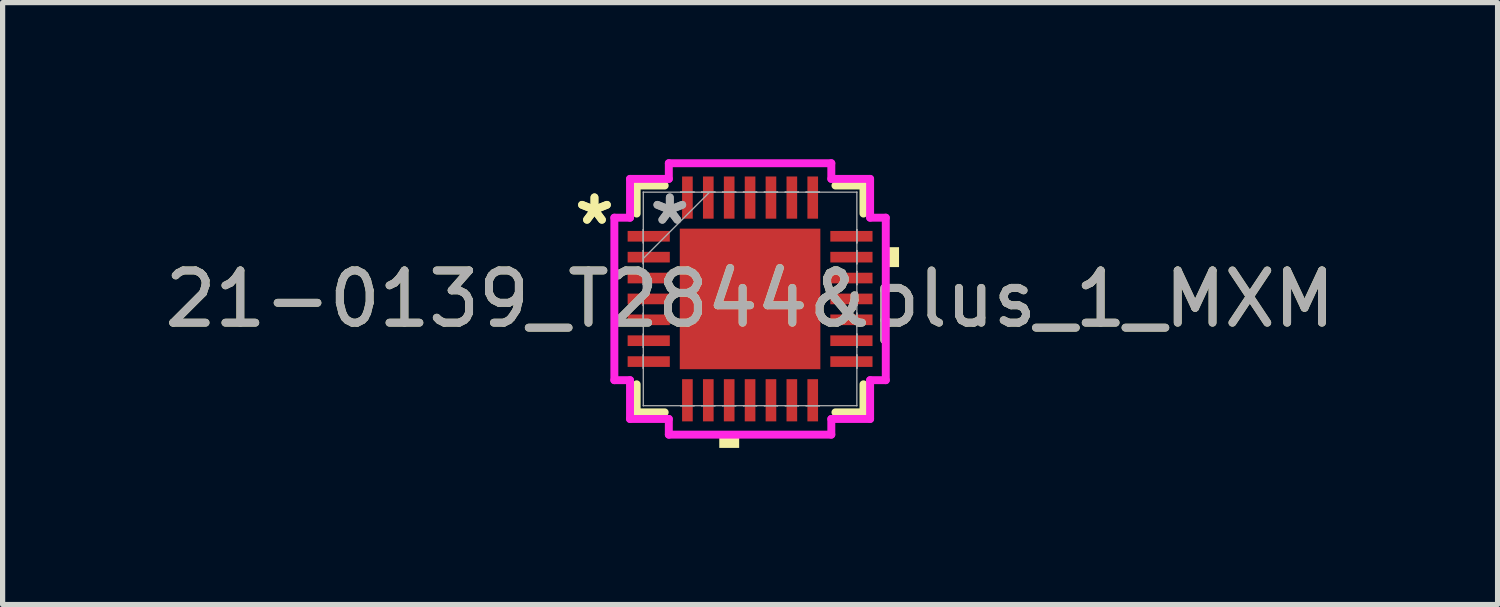
<source format=kicad_pcb>
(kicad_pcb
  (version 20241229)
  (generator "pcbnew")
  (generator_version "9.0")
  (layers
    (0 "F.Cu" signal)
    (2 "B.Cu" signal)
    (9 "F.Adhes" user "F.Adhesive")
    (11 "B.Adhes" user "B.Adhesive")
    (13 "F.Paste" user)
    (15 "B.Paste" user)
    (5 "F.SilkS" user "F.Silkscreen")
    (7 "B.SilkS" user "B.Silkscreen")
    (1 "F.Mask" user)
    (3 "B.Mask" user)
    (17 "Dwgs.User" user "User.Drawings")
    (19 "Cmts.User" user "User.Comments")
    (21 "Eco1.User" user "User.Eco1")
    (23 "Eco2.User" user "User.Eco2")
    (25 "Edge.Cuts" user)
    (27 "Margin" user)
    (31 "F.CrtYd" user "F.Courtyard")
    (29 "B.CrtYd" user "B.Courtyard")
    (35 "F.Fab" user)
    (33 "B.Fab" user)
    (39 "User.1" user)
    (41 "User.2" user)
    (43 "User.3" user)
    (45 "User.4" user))
  (footprint "21-0139_T2844&plus_1_MXM"
    (layer "F.Cu")
    (at 11.315 2.675)
    (property "Reference" "21-0139_T2844&plus_1_MXM" (at 0 0 0) (unlocked yes) (layer "F.SilkS") (effects (font (size 1 1) (thickness 0.15))))
    (attr smd)
    (fp_line (start -2.172 -2.172) (end -2.172 -1.635) (stroke (width 0.152) (type solid)) (layer "F.SilkS"))
    (fp_line (start -2.172 1.635) (end -2.172 2.172) (stroke (width 0.152) (type solid)) (layer "F.SilkS"))
    (fp_line (start -2.172 2.172) (end -1.635 2.172) (stroke (width 0.152) (type solid)) (layer "F.SilkS"))
    (fp_line (start -1.635 -2.172) (end -2.172 -2.172) (stroke (width 0.152) (type solid)) (layer "F.SilkS"))
    (fp_line (start 1.635 2.172) (end 2.172 2.172) (stroke (width 0.152) (type solid)) (layer "F.SilkS"))
    (fp_line (start 2.172 -2.172) (end 1.635 -2.172) (stroke (width 0.152) (type solid)) (layer "F.SilkS"))
    (fp_line (start 2.172 -1.635) (end 2.172 -2.172) (stroke (width 0.152) (type solid)) (layer "F.SilkS"))
    (fp_line (start 2.172 2.172) (end 2.172 1.635) (stroke (width 0.152) (type solid)) (layer "F.SilkS"))
    (fp_poly (pts (xy -0.59 2.599) (xy -0.59 2.853) (xy -0.209 2.853) (xy -0.209 2.599)) (stroke (width 0) (type solid)) (fill yes) (layer "F.SilkS"))
    (fp_poly (pts (xy 2.853 -0.991) (xy 2.853 -0.61) (xy 2.599 -0.61) (xy 2.599 -0.991)) (stroke (width 0) (type solid)) (fill yes) (layer "F.SilkS"))
    (fp_poly (pts (xy -1.246 -1.246) (xy -1.246 -0.1) (xy -0.1 -0.1) (xy -0.1 -1.246)) (stroke (width 0) (type solid)) (fill yes) (layer "F.Paste"))
    (fp_poly (pts (xy -1.246 0.1) (xy -1.246 1.246) (xy -0.1 1.246) (xy -0.1 0.1)) (stroke (width 0) (type solid)) (fill yes) (layer "F.Paste"))
    (fp_poly (pts (xy 0.1 -1.246) (xy 0.1 -0.1) (xy 1.246 -0.1) (xy 1.246 -1.246)) (stroke (width 0) (type solid)) (fill yes) (layer "F.Paste"))
    (fp_poly (pts (xy 0.1 0.1) (xy 0.1 1.246) (xy 1.246 1.246) (xy 1.246 0.1)) (stroke (width 0) (type solid)) (fill yes) (layer "F.Paste"))
    (fp_line (start -2.599 -1.556) (end -2.299 -1.556) (stroke (width 0.152) (type solid)) (layer "F.CrtYd"))
    (fp_line (start -2.599 1.556) (end -2.599 -1.556) (stroke (width 0.152) (type solid)) (layer "F.CrtYd"))
    (fp_line (start -2.299 -2.299) (end -1.556 -2.299) (stroke (width 0.152) (type solid)) (layer "F.CrtYd"))
    (fp_line (start -2.299 -1.556) (end -2.299 -2.299) (stroke (width 0.152) (type solid)) (layer "F.CrtYd"))
    (fp_line (start -2.299 1.556) (end -2.599 1.556) (stroke (width 0.152) (type solid)) (layer "F.CrtYd"))
    (fp_line (start -2.299 2.299) (end -2.299 1.556) (stroke (width 0.152) (type solid)) (layer "F.CrtYd"))
    (fp_line (start -1.556 -2.599) (end 1.556 -2.599) (stroke (width 0.152) (type solid)) (layer "F.CrtYd"))
    (fp_line (start -1.556 -2.299) (end -1.556 -2.599) (stroke (width 0.152) (type solid)) (layer "F.CrtYd"))
    (fp_line (start -1.556 2.299) (end -2.299 2.299) (stroke (width 0.152) (type solid)) (layer "F.CrtYd"))
    (fp_line (start -1.556 2.599) (end -1.556 2.299) (stroke (width 0.152) (type solid)) (layer "F.CrtYd"))
    (fp_line (start 1.556 -2.599) (end 1.556 -2.299) (stroke (width 0.152) (type solid)) (layer "F.CrtYd"))
    (fp_line (start 1.556 -2.299) (end 2.299 -2.299) (stroke (width 0.152) (type solid)) (layer "F.CrtYd"))
    (fp_line (start 1.556 2.299) (end 1.556 2.599) (stroke (width 0.152) (type solid)) (layer "F.CrtYd"))
    (fp_line (start 1.556 2.599) (end -1.556 2.599) (stroke (width 0.152) (type solid)) (layer "F.CrtYd"))
    (fp_line (start 2.299 -2.299) (end 2.299 -1.556) (stroke (width 0.152) (type solid)) (layer "F.CrtYd"))
    (fp_line (start 2.299 -1.556) (end 2.599 -1.556) (stroke (width 0.152) (type solid)) (layer "F.CrtYd"))
    (fp_line (start 2.299 1.556) (end 2.299 2.299) (stroke (width 0.152) (type solid)) (layer "F.CrtYd"))
    (fp_line (start 2.299 2.299) (end 1.556 2.299) (stroke (width 0.152) (type solid)) (layer "F.CrtYd"))
    (fp_line (start 2.599 -1.556) (end 2.599 1.556) (stroke (width 0.152) (type solid)) (layer "F.CrtYd"))
    (fp_line (start 2.599 1.556) (end 2.299 1.556) (stroke (width 0.152) (type solid)) (layer "F.CrtYd"))
    (fp_line (start -2.045 -2.045) (end -2.045 -2.045) (stroke (width 0.025) (type solid)) (layer "F.Fab"))
    (fp_line (start -2.045 -2.045) (end -2.045 2.045) (stroke (width 0.025) (type solid)) (layer "F.Fab"))
    (fp_line (start -2.045 -1.327) (end -2.045 -1.327) (stroke (width 0.025) (type solid)) (layer "F.Fab"))
    (fp_line (start -2.045 -1.327) (end -2.045 -1.073) (stroke (width 0.025) (type solid)) (layer "F.Fab"))
    (fp_line (start -2.045 -1.073) (end -2.045 -1.327) (stroke (width 0.025) (type solid)) (layer "F.Fab"))
    (fp_line (start -2.045 -1.073) (end -2.045 -1.073) (stroke (width 0.025) (type solid)) (layer "F.Fab"))
    (fp_line (start -2.045 -0.927) (end -2.045 -0.927) (stroke (width 0.025) (type solid)) (layer "F.Fab"))
    (fp_line (start -2.045 -0.927) (end -2.045 -0.673) (stroke (width 0.025) (type solid)) (layer "F.Fab"))
    (fp_line (start -2.045 -0.775) (end -0.775 -2.045) (stroke (width 0.025) (type solid)) (layer "F.Fab"))
    (fp_line (start -2.045 -0.673) (end -2.045 -0.927) (stroke (width 0.025) (type solid)) (layer "F.Fab"))
    (fp_line (start -2.045 -0.673) (end -2.045 -0.673) (stroke (width 0.025) (type solid)) (layer "F.Fab"))
    (fp_line (start -2.045 -0.527) (end -2.045 -0.527) (stroke (width 0.025) (type solid)) (layer "F.Fab"))
    (fp_line (start -2.045 -0.527) (end -2.045 -0.273) (stroke (width 0.025) (type solid)) (layer "F.Fab"))
    (fp_line (start -2.045 -0.273) (end -2.045 -0.527) (stroke (width 0.025) (type solid)) (layer "F.Fab"))
    (fp_line (start -2.045 -0.273) (end -2.045 -0.273) (stroke (width 0.025) (type solid)) (layer "F.Fab"))
    (fp_line (start -2.045 -0.127) (end -2.045 -0.127) (stroke (width 0.025) (type solid)) (layer "F.Fab"))
    (fp_line (start -2.045 -0.127) (end -2.045 0.127) (stroke (width 0.025) (type solid)) (layer "F.Fab"))
    (fp_line (start -2.045 0.127) (end -2.045 -0.127) (stroke (width 0.025) (type solid)) (layer "F.Fab"))
    (fp_line (start -2.045 0.127) (end -2.045 0.127) (stroke (width 0.025) (type solid)) (layer "F.Fab"))
    (fp_line (start -2.045 0.273) (end -2.045 0.273) (stroke (width 0.025) (type solid)) (layer "F.Fab"))
    (fp_line (start -2.045 0.273) (end -2.045 0.527) (stroke (width 0.025) (type solid)) (layer "F.Fab"))
    (fp_line (start -2.045 0.527) (end -2.045 0.273) (stroke (width 0.025) (type solid)) (layer "F.Fab"))
    (fp_line (start -2.045 0.527) (end -2.045 0.527) (stroke (width 0.025) (type solid)) (layer "F.Fab"))
    (fp_line (start -2.045 0.673) (end -2.045 0.673) (stroke (width 0.025) (type solid)) (layer "F.Fab"))
    (fp_line (start -2.045 0.673) (end -2.045 0.927) (stroke (width 0.025) (type solid)) (layer "F.Fab"))
    (fp_line (start -2.045 0.927) (end -2.045 0.673) (stroke (width 0.025) (type solid)) (layer "F.Fab"))
    (fp_line (start -2.045 0.927) (end -2.045 0.927) (stroke (width 0.025) (type solid)) (layer "F.Fab"))
    (fp_line (start -2.045 1.073) (end -2.045 1.073) (stroke (width 0.025) (type solid)) (layer "F.Fab"))
    (fp_line (start -2.045 1.073) (end -2.045 1.327) (stroke (width 0.025) (type solid)) (layer "F.Fab"))
    (fp_line (start -2.045 1.327) (end -2.045 1.073) (stroke (width 0.025) (type solid)) (layer "F.Fab"))
    (fp_line (start -2.045 1.327) (end -2.045 1.327) (stroke (width 0.025) (type solid)) (layer "F.Fab"))
    (fp_line (start -2.045 2.045) (end -2.045 2.045) (stroke (width 0.025) (type solid)) (layer "F.Fab"))
    (fp_line (start -2.045 2.045) (end 2.045 2.045) (stroke (width 0.025) (type solid)) (layer "F.Fab"))
    (fp_line (start -1.327 -2.045) (end -1.327 -2.045) (stroke (width 0.025) (type solid)) (layer "F.Fab"))
    (fp_line (start -1.327 -2.045) (end -1.073 -2.045) (stroke (width 0.025) (type solid)) (layer "F.Fab"))
    (fp_line (start -1.327 2.045) (end -1.327 2.045) (stroke (width 0.025) (type solid)) (layer "F.Fab"))
    (fp_line (start -1.327 2.045) (end -1.073 2.045) (stroke (width 0.025) (type solid)) (layer "F.Fab"))
    (fp_line (start -1.073 -2.045) (end -1.327 -2.045) (stroke (width 0.025) (type solid)) (layer "F.Fab"))
    (fp_line (start -1.073 -2.045) (end -1.073 -2.045) (stroke (width 0.025) (type solid)) (layer "F.Fab"))
    (fp_line (start -1.073 2.045) (end -1.327 2.045) (stroke (width 0.025) (type solid)) (layer "F.Fab"))
    (fp_line (start -1.073 2.045) (end -1.073 2.045) (stroke (width 0.025) (type solid)) (layer "F.Fab"))
    (fp_line (start -0.927 -2.045) (end -0.927 -2.045) (stroke (width 0.025) (type solid)) (layer "F.Fab"))
    (fp_line (start -0.927 -2.045) (end -0.673 -2.045) (stroke (width 0.025) (type solid)) (layer "F.Fab"))
    (fp_line (start -0.927 2.045) (end -0.927 2.045) (stroke (width 0.025) (type solid)) (layer "F.Fab"))
    (fp_line (start -0.927 2.045) (end -0.673 2.045) (stroke (width 0.025) (type solid)) (layer "F.Fab"))
    (fp_line (start -0.673 -2.045) (end -0.927 -2.045) (stroke (width 0.025) (type solid)) (layer "F.Fab"))
    (fp_line (start -0.673 -2.045) (end -0.673 -2.045) (stroke (width 0.025) (type solid)) (layer "F.Fab"))
    (fp_line (start -0.673 2.045) (end -0.927 2.045) (stroke (width 0.025) (type solid)) (layer "F.Fab"))
    (fp_line (start -0.673 2.045) (end -0.673 2.045) (stroke (width 0.025) (type solid)) (layer "F.Fab"))
    (fp_line (start -0.527 -2.045) (end -0.527 -2.045) (stroke (width 0.025) (type solid)) (layer "F.Fab"))
    (fp_line (start -0.527 -2.045) (end -0.273 -2.045) (stroke (width 0.025) (type solid)) (layer "F.Fab"))
    (fp_line (start -0.527 2.045) (end -0.527 2.045) (stroke (width 0.025) (type solid)) (layer "F.Fab"))
    (fp_line (start -0.527 2.045) (end -0.273 2.045) (stroke (width 0.025) (type solid)) (layer "F.Fab"))
    (fp_line (start -0.273 -2.045) (end -0.527 -2.045) (stroke (width 0.025) (type solid)) (layer "F.Fab"))
    (fp_line (start -0.273 -2.045) (end -0.273 -2.045) (stroke (width 0.025) (type solid)) (layer "F.Fab"))
    (fp_line (start -0.273 2.045) (end -0.527 2.045) (stroke (width 0.025) (type solid)) (layer "F.Fab"))
    (fp_line (start -0.273 2.045) (end -0.273 2.045) (stroke (width 0.025) (type solid)) (layer "F.Fab"))
    (fp_line (start -0.127 -2.045) (end -0.127 -2.045) (stroke (width 0.025) (type solid)) (layer "F.Fab"))
    (fp_line (start -0.127 -2.045) (end 0.127 -2.045) (stroke (width 0.025) (type solid)) (layer "F.Fab"))
    (fp_line (start -0.127 2.045) (end -0.127 2.045) (stroke (width 0.025) (type solid)) (layer "F.Fab"))
    (fp_line (start -0.127 2.045) (end 0.127 2.045) (stroke (width 0.025) (type solid)) (layer "F.Fab"))
    (fp_line (start 0.127 -2.045) (end -0.127 -2.045) (stroke (width 0.025) (type solid)) (layer "F.Fab"))
    (fp_line (start 0.127 -2.045) (end 0.127 -2.045) (stroke (width 0.025) (type solid)) (layer "F.Fab"))
    (fp_line (start 0.127 2.045) (end -0.127 2.045) (stroke (width 0.025) (type solid)) (layer "F.Fab"))
    (fp_line (start 0.127 2.045) (end 0.127 2.045) (stroke (width 0.025) (type solid)) (layer "F.Fab"))
    (fp_line (start 0.273 -2.045) (end 0.273 -2.045) (stroke (width 0.025) (type solid)) (layer "F.Fab"))
    (fp_line (start 0.273 -2.045) (end 0.527 -2.045) (stroke (width 0.025) (type solid)) (layer "F.Fab"))
    (fp_line (start 0.273 2.045) (end 0.273 2.045) (stroke (width 0.025) (type solid)) (layer "F.Fab"))
    (fp_line (start 0.273 2.045) (end 0.527 2.045) (stroke (width 0.025) (type solid)) (layer "F.Fab"))
    (fp_line (start 0.527 -2.045) (end 0.273 -2.045) (stroke (width 0.025) (type solid)) (layer "F.Fab"))
    (fp_line (start 0.527 -2.045) (end 0.527 -2.045) (stroke (width 0.025) (type solid)) (layer "F.Fab"))
    (fp_line (start 0.527 2.045) (end 0.273 2.045) (stroke (width 0.025) (type solid)) (layer "F.Fab"))
    (fp_line (start 0.527 2.045) (end 0.527 2.045) (stroke (width 0.025) (type solid)) (layer "F.Fab"))
    (fp_line (start 0.673 -2.045) (end 0.673 -2.045) (stroke (width 0.025) (type solid)) (layer "F.Fab"))
    (fp_line (start 0.673 -2.045) (end 0.927 -2.045) (stroke (width 0.025) (type solid)) (layer "F.Fab"))
    (fp_line (start 0.673 2.045) (end 0.673 2.045) (stroke (width 0.025) (type solid)) (layer "F.Fab"))
    (fp_line (start 0.673 2.045) (end 0.927 2.045) (stroke (width 0.025) (type solid)) (layer "F.Fab"))
    (fp_line (start 0.927 -2.045) (end 0.673 -2.045) (stroke (width 0.025) (type solid)) (layer "F.Fab"))
    (fp_line (start 0.927 -2.045) (end 0.927 -2.045) (stroke (width 0.025) (type solid)) (layer "F.Fab"))
    (fp_line (start 0.927 2.045) (end 0.673 2.045) (stroke (width 0.025) (type solid)) (layer "F.Fab"))
    (fp_line (start 0.927 2.045) (end 0.927 2.045) (stroke (width 0.025) (type solid)) (layer "F.Fab"))
    (fp_line (start 1.073 -2.045) (end 1.073 -2.045) (stroke (width 0.025) (type solid)) (layer "F.Fab"))
    (fp_line (start 1.073 -2.045) (end 1.327 -2.045) (stroke (width 0.025) (type solid)) (layer "F.Fab"))
    (fp_line (start 1.073 2.045) (end 1.073 2.045) (stroke (width 0.025) (type solid)) (layer "F.Fab"))
    (fp_line (start 1.073 2.045) (end 1.327 2.045) (stroke (width 0.025) (type solid)) (layer "F.Fab"))
    (fp_line (start 1.327 -2.045) (end 1.073 -2.045) (stroke (width 0.025) (type solid)) (layer "F.Fab"))
    (fp_line (start 1.327 -2.045) (end 1.327 -2.045) (stroke (width 0.025) (type solid)) (layer "F.Fab"))
    (fp_line (start 1.327 2.045) (end 1.073 2.045) (stroke (width 0.025) (type solid)) (layer "F.Fab"))
    (fp_line (start 1.327 2.045) (end 1.327 2.045) (stroke (width 0.025) (type solid)) (layer "F.Fab"))
    (fp_line (start 2.045 -2.045) (end -2.045 -2.045) (stroke (width 0.025) (type solid)) (layer "F.Fab"))
    (fp_line (start 2.045 -2.045) (end 2.045 -2.045) (stroke (width 0.025) (type solid)) (layer "F.Fab"))
    (fp_line (start 2.045 -1.327) (end 2.045 -1.327) (stroke (width 0.025) (type solid)) (layer "F.Fab"))
    (fp_line (start 2.045 -1.327) (end 2.045 -1.073) (stroke (width 0.025) (type solid)) (layer "F.Fab"))
    (fp_line (start 2.045 -1.073) (end 2.045 -1.327) (stroke (width 0.025) (type solid)) (layer "F.Fab"))
    (fp_line (start 2.045 -1.073) (end 2.045 -1.073) (stroke (width 0.025) (type solid)) (layer "F.Fab"))
    (fp_line (start 2.045 -0.927) (end 2.045 -0.927) (stroke (width 0.025) (type solid)) (layer "F.Fab"))
    (fp_line (start 2.045 -0.927) (end 2.045 -0.673) (stroke (width 0.025) (type solid)) (layer "F.Fab"))
    (fp_line (start 2.045 -0.673) (end 2.045 -0.927) (stroke (width 0.025) (type solid)) (layer "F.Fab"))
    (fp_line (start 2.045 -0.673) (end 2.045 -0.673) (stroke (width 0.025) (type solid)) (layer "F.Fab"))
    (fp_line (start 2.045 -0.527) (end 2.045 -0.527) (stroke (width 0.025) (type solid)) (layer "F.Fab"))
    (fp_line (start 2.045 -0.527) (end 2.045 -0.273) (stroke (width 0.025) (type solid)) (layer "F.Fab"))
    (fp_line (start 2.045 -0.273) (end 2.045 -0.527) (stroke (width 0.025) (type solid)) (layer "F.Fab"))
    (fp_line (start 2.045 -0.273) (end 2.045 -0.273) (stroke (width 0.025) (type solid)) (layer "F.Fab"))
    (fp_line (start 2.045 -0.127) (end 2.045 -0.127) (stroke (width 0.025) (type solid)) (layer "F.Fab"))
    (fp_line (start 2.045 -0.127) (end 2.045 0.127) (stroke (width 0.025) (type solid)) (layer "F.Fab"))
    (fp_line (start 2.045 0.127) (end 2.045 -0.127) (stroke (width 0.025) (type solid)) (layer "F.Fab"))
    (fp_line (start 2.045 0.127) (end 2.045 0.127) (stroke (width 0.025) (type solid)) (layer "F.Fab"))
    (fp_line (start 2.045 0.273) (end 2.045 0.273) (stroke (width 0.025) (type solid)) (layer "F.Fab"))
    (fp_line (start 2.045 0.273) (end 2.045 0.527) (stroke (width 0.025) (type solid)) (layer "F.Fab"))
    (fp_line (start 2.045 0.527) (end 2.045 0.273) (stroke (width 0.025) (type solid)) (layer "F.Fab"))
    (fp_line (start 2.045 0.527) (end 2.045 0.527) (stroke (width 0.025) (type solid)) (layer "F.Fab"))
    (fp_line (start 2.045 0.673) (end 2.045 0.673) (stroke (width 0.025) (type solid)) (layer "F.Fab"))
    (fp_line (start 2.045 0.673) (end 2.045 0.927) (stroke (width 0.025) (type solid)) (layer "F.Fab"))
    (fp_line (start 2.045 0.927) (end 2.045 0.673) (stroke (width 0.025) (type solid)) (layer "F.Fab"))
    (fp_line (start 2.045 0.927) (end 2.045 0.927) (stroke (width 0.025) (type solid)) (layer "F.Fab"))
    (fp_line (start 2.045 1.073) (end 2.045 1.073) (stroke (width 0.025) (type solid)) (layer "F.Fab"))
    (fp_line (start 2.045 1.073) (end 2.045 1.327) (stroke (width 0.025) (type solid)) (layer "F.Fab"))
    (fp_line (start 2.045 1.327) (end 2.045 1.073) (stroke (width 0.025) (type solid)) (layer "F.Fab"))
    (fp_line (start 2.045 1.327) (end 2.045 1.327) (stroke (width 0.025) (type solid)) (layer "F.Fab"))
    (fp_line (start 2.045 2.045) (end 2.045 -2.045) (stroke (width 0.025) (type solid)) (layer "F.Fab"))
    (fp_line (start 2.045 2.045) (end 2.045 2.045) (stroke (width 0.025) (type solid)) (layer "F.Fab"))
    (fp_text user "*" (at -2.98 -1.4 0) (layer "F.SilkS") (effects (font (size 1 1) (thickness 0.15))))
    (fp_text user "*" (at -2.98 -1.4 0) (unlocked yes) (layer "F.SilkS") (effects (font (size 1 1) (thickness 0.15))))
    (fp_text user "${REFERENCE}" (at 0 0 0) (unlocked yes) (layer "F.Fab") (effects (font (size 1 1) (thickness 0.15))))
    (fp_text user "*" (at -1.537 -1.4 0) (layer "F.Fab") (effects (font (size 1 1) (thickness 0.15))))
    (fp_text user "*" (at -1.537 -1.4 0) (unlocked yes) (layer "F.Fab") (effects (font (size 1 1) (thickness 0.15))))
    (pad "1" smd rect (at -1.941 -1.2 90) (size 0.204 0.808) (layers "F.Cu" "F.Mask" "F.Paste"))
    (pad "2" smd rect (at -1.941 -0.8 90) (size 0.204 0.808) (layers "F.Cu" "F.Mask" "F.Paste"))
    (pad "3" smd rect (at -1.941 -0.4 90) (size 0.204 0.808) (layers "F.Cu" "F.Mask" "F.Paste"))
    (pad "4" smd rect (at -1.941 0 90) (size 0.204 0.808) (layers "F.Cu" "F.Mask" "F.Paste"))
    (pad "5" smd rect (at -1.941 0.4 90) (size 0.204 0.808) (layers "F.Cu" "F.Mask" "F.Paste"))
    (pad "6" smd rect (at -1.941 0.8 90) (size 0.204 0.808) (layers "F.Cu" "F.Mask" "F.Paste"))
    (pad "7" smd rect (at -1.941 1.2 90) (size 0.204 0.808) (layers "F.Cu" "F.Mask" "F.Paste"))
    (pad "8" smd rect (at -1.2 1.941) (size 0.204 0.808) (layers "F.Cu" "F.Mask" "F.Paste"))
    (pad "9" smd rect (at -0.8 1.941) (size 0.204 0.808) (layers "F.Cu" "F.Mask" "F.Paste"))
    (pad "10" smd rect (at -0.4 1.941) (size 0.204 0.808) (layers "F.Cu" "F.Mask" "F.Paste"))
    (pad "11" smd rect (at 0 1.941) (size 0.204 0.808) (layers "F.Cu" "F.Mask" "F.Paste"))
    (pad "12" smd rect (at 0.4 1.941) (size 0.204 0.808) (layers "F.Cu" "F.Mask" "F.Paste"))
    (pad "13" smd rect (at 0.8 1.941) (size 0.204 0.808) (layers "F.Cu" "F.Mask" "F.Paste"))
    (pad "14" smd rect (at 1.2 1.941) (size 0.204 0.808) (layers "F.Cu" "F.Mask" "F.Paste"))
    (pad "15" smd rect (at 1.941 1.2 90) (size 0.204 0.808) (layers "F.Cu" "F.Mask" "F.Paste"))
    (pad "16" smd rect (at 1.941 0.8 90) (size 0.204 0.808) (layers "F.Cu" "F.Mask" "F.Paste"))
    (pad "17" smd rect (at 1.941 0.4 90) (size 0.204 0.808) (layers "F.Cu" "F.Mask" "F.Paste"))
    (pad "18" smd rect (at 1.941 0 90) (size 0.204 0.808) (layers "F.Cu" "F.Mask" "F.Paste"))
    (pad "19" smd rect (at 1.941 -0.4 90) (size 0.204 0.808) (layers "F.Cu" "F.Mask" "F.Paste"))
    (pad "20" smd rect (at 1.941 -0.8 90) (size 0.204 0.808) (layers "F.Cu" "F.Mask" "F.Paste"))
    (pad "21" smd rect (at 1.941 -1.2 90) (size 0.204 0.808) (layers "F.Cu" "F.Mask" "F.Paste"))
    (pad "22" smd rect (at 1.2 -1.941) (size 0.204 0.808) (layers "F.Cu" "F.Mask" "F.Paste"))
    (pad "23" smd rect (at 0.8 -1.941) (size 0.204 0.808) (layers "F.Cu" "F.Mask" "F.Paste"))
    (pad "24" smd rect (at 0.4 -1.941) (size 0.204 0.808) (layers "F.Cu" "F.Mask" "F.Paste"))
    (pad "25" smd rect (at 0 -1.941) (size 0.204 0.808) (layers "F.Cu" "F.Mask" "F.Paste"))
    (pad "26" smd rect (at -0.4 -1.941) (size 0.204 0.808) (layers "F.Cu" "F.Mask" "F.Paste"))
    (pad "27" smd rect (at -0.8 -1.941) (size 0.204 0.808) (layers "F.Cu" "F.Mask" "F.Paste"))
    (pad "28" smd rect (at -1.2 -1.941) (size 0.204 0.808) (layers "F.Cu" "F.Mask" "F.Paste"))
    (pad "29" smd rect (at 0 0) (size 2.692 2.692) (layers "F.Cu" "F.Mask")))
  (gr_rect
    (start -3 -3)
    (end 25.631 8.528)
    (stroke (width 0.1) (type default))
    (fill no)
    (layer "Edge.Cuts")))
</source>
